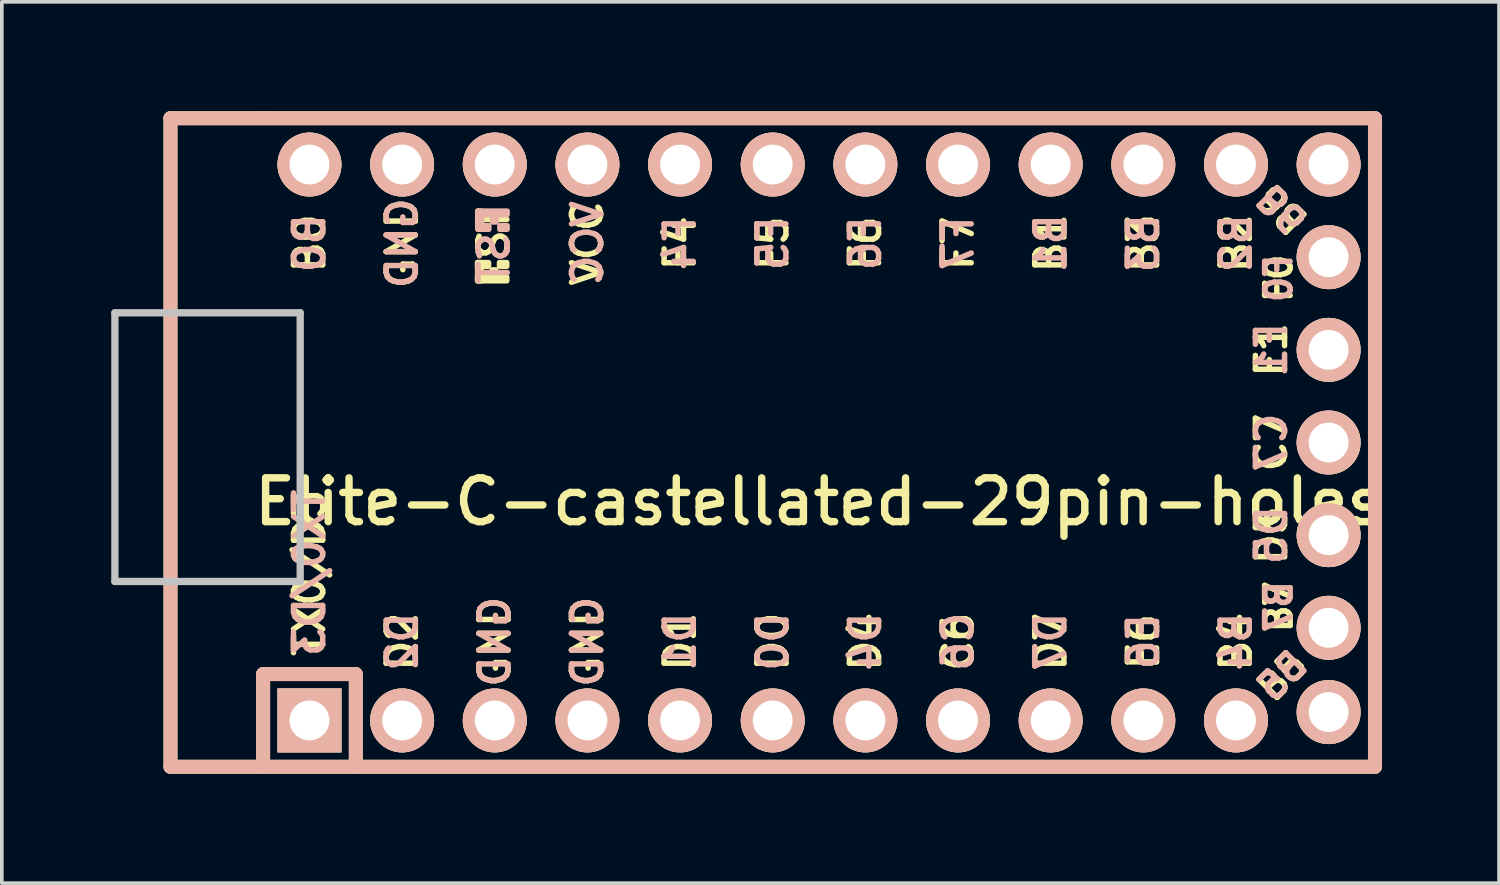
<source format=kicad_pcb>
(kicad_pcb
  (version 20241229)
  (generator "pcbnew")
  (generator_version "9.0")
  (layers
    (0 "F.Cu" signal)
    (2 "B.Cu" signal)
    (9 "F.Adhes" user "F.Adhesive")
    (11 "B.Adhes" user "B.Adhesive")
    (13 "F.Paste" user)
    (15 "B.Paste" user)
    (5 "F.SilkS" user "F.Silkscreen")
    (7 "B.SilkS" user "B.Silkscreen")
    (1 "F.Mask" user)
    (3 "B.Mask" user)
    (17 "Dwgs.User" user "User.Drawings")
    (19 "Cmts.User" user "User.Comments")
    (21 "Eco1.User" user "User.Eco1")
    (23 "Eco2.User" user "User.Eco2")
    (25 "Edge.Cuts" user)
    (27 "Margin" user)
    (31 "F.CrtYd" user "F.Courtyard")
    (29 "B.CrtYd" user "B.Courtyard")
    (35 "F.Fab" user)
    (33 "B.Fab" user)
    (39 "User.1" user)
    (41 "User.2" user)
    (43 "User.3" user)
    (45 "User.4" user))
  (footprint "Elite-C-castellated-29pin-holes"
    (layer "F.Cu")
    (at 19.404 9.081)
    (property "Reference" "Elite-C-castellated-29pin-holes" (at 0 1.625 0) (layer "F.SilkS") (effects (font (size 1.2 1.2) (thickness 0.203))))
    (attr through_hole)
    (fp_line (start -17.78 -8.89) (end -17.78 8.89) (stroke (width 0.381) (type solid)) (layer "F.SilkS"))
    (fp_line (start -17.78 8.89) (end -15.24 8.89) (stroke (width 0.381) (type solid)) (layer "F.SilkS"))
    (fp_line (start -15.24 -8.89) (end -17.78 -8.89) (stroke (width 0.381) (type solid)) (layer "F.SilkS"))
    (fp_line (start -15.24 6.35) (end -15.24 8.89) (stroke (width 0.381) (type solid)) (layer "F.SilkS"))
    (fp_line (start -15.24 6.35) (end -12.7 6.35) (stroke (width 0.381) (type solid)) (layer "F.SilkS"))
    (fp_line (start -15.24 8.89) (end 15.24 8.89) (stroke (width 0.381) (type solid)) (layer "F.SilkS"))
    (fp_line (start -12.7 6.35) (end -12.7 8.89) (stroke (width 0.381) (type solid)) (layer "F.SilkS"))
    (fp_line (start 15.24 -8.89) (end -15.24 -8.89) (stroke (width 0.381) (type solid)) (layer "F.SilkS"))
    (fp_line (start 15.24 8.89) (end 15.24 -8.89) (stroke (width 0.381) (type solid)) (layer "F.SilkS"))
    (fp_poly (pts (xy -9.361 -4.932) (xy -9.261 -4.932) (xy -9.261 -4.432) (xy -9.361 -4.432)) (stroke (width 0.15) (type solid)) (fill yes) (layer "F.SilkS"))
    (fp_poly (pts (xy -9.361 -4.932) (xy -9.061 -4.932) (xy -9.061 -4.832) (xy -9.361 -4.832)) (stroke (width 0.15) (type solid)) (fill yes) (layer "F.SilkS"))
    (fp_poly (pts (xy -9.361 -4.532) (xy -8.561 -4.532) (xy -8.561 -4.432) (xy -9.361 -4.432)) (stroke (width 0.15) (type solid)) (fill yes) (layer "F.SilkS"))
    (fp_poly (pts (xy -8.961 -4.732) (xy -8.861 -4.732) (xy -8.861 -4.632) (xy -8.961 -4.632)) (stroke (width 0.15) (type solid)) (fill yes) (layer "F.SilkS"))
    (fp_poly (pts (xy -8.761 -4.932) (xy -8.561 -4.932) (xy -8.561 -4.832) (xy -8.761 -4.832)) (stroke (width 0.15) (type solid)) (fill yes) (layer "F.SilkS"))
    (fp_line (start -17.78 -8.89) (end -17.78 8.89) (stroke (width 0.381) (type solid)) (layer "B.SilkS"))
    (fp_line (start -17.78 8.89) (end 15.24 8.89) (stroke (width 0.381) (type solid)) (layer "B.SilkS"))
    (fp_line (start -15.24 6.35) (end -15.24 8.89) (stroke (width 0.381) (type solid)) (layer "B.SilkS"))
    (fp_line (start -15.24 6.35) (end -12.7 6.35) (stroke (width 0.381) (type solid)) (layer "B.SilkS"))
    (fp_line (start -12.7 6.35) (end -12.7 8.89) (stroke (width 0.381) (type solid)) (layer "B.SilkS"))
    (fp_line (start 15.24 -8.89) (end -17.78 -8.89) (stroke (width 0.381) (type solid)) (layer "B.SilkS"))
    (fp_line (start 15.24 8.89) (end 15.24 -8.89) (stroke (width 0.381) (type solid)) (layer "B.SilkS"))
    (fp_poly (pts (xy -9.351 -6.245) (xy -8.551 -6.245) (xy -8.551 -6.345) (xy -9.351 -6.345)) (stroke (width 0.15) (type solid)) (fill yes) (layer "B.SilkS"))
    (fp_poly (pts (xy -9.351 -5.845) (xy -9.251 -5.845) (xy -9.251 -6.345) (xy -9.351 -6.345)) (stroke (width 0.15) (type solid)) (fill yes) (layer "B.SilkS"))
    (fp_poly (pts (xy -9.351 -5.845) (xy -9.051 -5.845) (xy -9.051 -5.945) (xy -9.351 -5.945)) (stroke (width 0.15) (type solid)) (fill yes) (layer "B.SilkS"))
    (fp_poly (pts (xy -8.951 -6.045) (xy -8.851 -6.045) (xy -8.851 -6.145) (xy -8.951 -6.145)) (stroke (width 0.15) (type solid)) (fill yes) (layer "B.SilkS"))
    (fp_poly (pts (xy -8.751 -5.845) (xy -8.551 -5.845) (xy -8.551 -5.945) (xy -8.751 -5.945)) (stroke (width 0.15) (type solid)) (fill yes) (layer "B.SilkS"))
    (fp_line (start -19.304 -3.556) (end -14.224 -3.556) (stroke (width 0.2) (type solid)) (layer "Dwgs.User"))
    (fp_line (start -19.304 3.81) (end -19.304 -3.556) (stroke (width 0.2) (type solid)) (layer "Dwgs.User"))
    (fp_line (start -14.224 -3.556) (end -14.224 3.81) (stroke (width 0.2) (type solid)) (layer "Dwgs.User"))
    (fp_line (start -14.224 3.81) (end -19.304 3.81) (stroke (width 0.2) (type solid)) (layer "Dwgs.User"))
    (fp_text user "D4" (at 1.27 5.461 90) (layer "F.SilkS") (effects (font (size 0.8 0.8) (thickness 0.15))))
    (fp_text user "F5" (at -1.27 -5.461 90) (layer "F.SilkS") (effects (font (size 0.8 0.8) (thickness 0.15))))
    (fp_text user "GND" (at -8.89 5.461 90) (layer "F.SilkS") (effects (font (size 0.8 0.8) (thickness 0.15))))
    (fp_text user "C7" (at 12.4 0 90) (layer "F.SilkS") (effects (font (size 0.8 0.8) (thickness 0.15))))
    (fp_text user "F0" (at 12.6 -4.5 90) (layer "F.SilkS") (effects (font (size 0.7 0.7) (thickness 0.15))))
    (fp_text user "B5" (at 12.7 6.4 45) (layer "F.SilkS") (effects (font (size 0.7 0.7) (thickness 0.15))))
    (fp_text user "D0" (at -1.27 5.461 90) (layer "F.SilkS") (effects (font (size 0.8 0.8) (thickness 0.15))))
    (fp_text user "F6" (at 1.27 -5.461 90) (layer "F.SilkS") (effects (font (size 0.8 0.8) (thickness 0.15))))
    (fp_text user "GND" (at -11.43 -5.461 90) (layer "F.SilkS") (effects (font (size 0.8 0.8) (thickness 0.15))))
    (fp_text user "B0" (at -13.97 -5.461 90) (layer "F.SilkS") (effects (font (size 0.8 0.8) (thickness 0.15))))
    (fp_text user "E6" (at 8.89 5.461 90) (layer "F.SilkS") (effects (font (size 0.8 0.8) (thickness 0.15))))
    (fp_text user "F4" (at -3.81 -5.461 90) (layer "F.SilkS") (effects (font (size 0.8 0.8) (thickness 0.15))))
    (fp_text user "VCC" (at -6.35 -5.461 90) (layer "F.SilkS") (effects (font (size 0.8 0.8) (thickness 0.15))))
    (fp_text user "TX0/D3" (at -13.97 3.572 90) (layer "F.SilkS") (effects (font (size 0.8 0.8) (thickness 0.15))))
    (fp_text user "D2" (at -11.43 5.461 90) (layer "F.SilkS") (effects (font (size 0.8 0.8) (thickness 0.15))))
    (fp_text user "B7" (at 12.6 4.5 90) (layer "F.SilkS") (effects (font (size 0.7 0.7) (thickness 0.15))))
    (fp_text user "B3" (at 8.89 -5.461 90) (layer "F.SilkS") (effects (font (size 0.8 0.8) (thickness 0.15))))
    (fp_text user "B1" (at 6.35 -5.461 90) (layer "F.SilkS") (effects (font (size 0.8 0.8) (thickness 0.15))))
    (fp_text user "GND" (at -6.35 5.461 90) (layer "F.SilkS") (effects (font (size 0.8 0.8) (thickness 0.15))))
    (fp_text user "C6" (at 3.81 5.461 90) (layer "F.SilkS") (effects (font (size 0.8 0.8) (thickness 0.15))))
    (fp_text user "D1" (at -3.81 5.461 90) (layer "F.SilkS") (effects (font (size 0.8 0.8) (thickness 0.15))))
    (fp_text user "F7" (at 3.81 -5.461 90) (layer "F.SilkS") (effects (font (size 0.8 0.8) (thickness 0.15))))
    (fp_text user "B2" (at 11.43 -5.461 90) (layer "F.SilkS") (effects (font (size 0.8 0.8) (thickness 0.15))))
    (fp_text user "B6" (at 12.7 -6.4 135) (unlocked yes) (layer "F.SilkS") (effects (font (size 0.7 0.7) (thickness 0.15))))
    (fp_text user "B4" (at 11.43 5.461 90) (layer "F.SilkS") (effects (font (size 0.8 0.8) (thickness 0.15))))
    (fp_text user "F1" (at 12.4 -2.54 90) (layer "F.SilkS") (effects (font (size 0.8 0.8) (thickness 0.15))))
    (fp_text user "D7" (at 6.35 5.461 90) (layer "F.SilkS") (effects (font (size 0.8 0.8) (thickness 0.15))))
    (fp_text user "ST" (at -8.92 -5.733 90) (layer "F.SilkS") (effects (font (size 0.8 0.8) (thickness 0.15))))
    (fp_text user "D5" (at 12.4 2.54 90) (layer "F.SilkS") (effects (font (size 0.8 0.8) (thickness 0.15))))
    (fp_text user "F4" (at -3.81 -5.461 90) (layer "B.SilkS") (effects (font (size 0.8 0.8) (thickness 0.15)) (justify mirror)))
    (fp_text user "GND" (at -8.89 5.461 90) (layer "B.SilkS") (effects (font (size 0.8 0.8) (thickness 0.15)) (justify mirror)))
    (fp_text user "D2" (at -11.43 5.461 90) (layer "B.SilkS") (effects (font (size 0.8 0.8) (thickness 0.15)) (justify mirror)))
    (fp_text user "F6" (at 1.27 -5.461 90) (layer "B.SilkS") (effects (font (size 0.8 0.8) (thickness 0.15)) (justify mirror)))
    (fp_text user "B6" (at 12.7 -6.4 135) (unlocked yes) (layer "B.SilkS") (effects (font (size 0.7 0.7) (thickness 0.15)) (justify mirror)))
    (fp_text user "F0" (at 12.6 -4.5 90) (layer "B.SilkS") (effects (font (size 0.7 0.7) (thickness 0.15)) (justify mirror)))
    (fp_text user "GND" (at -6.35 5.461 90) (layer "B.SilkS") (effects (font (size 0.8 0.8) (thickness 0.15)) (justify mirror)))
    (fp_text user "GND" (at -11.43 -5.461 90) (layer "B.SilkS") (effects (font (size 0.8 0.8) (thickness 0.15)) (justify mirror)))
    (fp_text user "C6" (at 3.81 5.461 90) (layer "B.SilkS") (effects (font (size 0.8 0.8) (thickness 0.15)) (justify mirror)))
    (fp_text user "D4" (at 1.27 5.461 90) (layer "B.SilkS") (effects (font (size 0.8 0.8) (thickness 0.15)) (justify mirror)))
    (fp_text user "F1" (at 12.4 -2.54 90) (layer "B.SilkS") (effects (font (size 0.8 0.8) (thickness 0.15)) (justify mirror)))
    (fp_text user "B4" (at 11.43 5.461 90) (layer "B.SilkS") (effects (font (size 0.8 0.8) (thickness 0.15)) (justify mirror)))
    (fp_text user "TX0/D3" (at -13.97 3.572 90) (layer "B.SilkS") (effects (font (size 0.8 0.8) (thickness 0.15)) (justify mirror)))
    (fp_text user "E6" (at 8.89 5.461 90) (layer "B.SilkS") (effects (font (size 0.8 0.8) (thickness 0.15)) (justify mirror)))
    (fp_text user "VCC" (at -6.35 -5.461 90) (layer "B.SilkS") (effects (font (size 0.8 0.8) (thickness 0.15)) (justify mirror)))
    (fp_text user "B0" (at -13.97 -5.461 90) (layer "B.SilkS") (effects (font (size 0.8 0.8) (thickness 0.15)) (justify mirror)))
    (fp_text user "B1" (at 6.35 -5.461 90) (layer "B.SilkS") (effects (font (size 0.8 0.8) (thickness 0.15)) (justify mirror)))
    (fp_text user "B7" (at 12.6 4.5 90) (layer "B.SilkS") (effects (font (size 0.7 0.7) (thickness 0.15)) (justify mirror)))
    (fp_text user "F7" (at 3.81 -5.461 90) (layer "B.SilkS") (effects (font (size 0.8 0.8) (thickness 0.15)) (justify mirror)))
    (fp_text user "B2" (at 11.43 -5.461 90) (layer "B.SilkS") (effects (font (size 0.8 0.8) (thickness 0.15)) (justify mirror)))
    (fp_text user "D5" (at 12.4 2.54 90) (layer "B.SilkS") (effects (font (size 0.8 0.8) (thickness 0.15)) (justify mirror)))
    (fp_text user "D0" (at -1.27 5.461 90) (layer "B.SilkS") (effects (font (size 0.8 0.8) (thickness 0.15)) (justify mirror)))
    (fp_text user "C7" (at 12.4 0 90) (layer "B.SilkS") (effects (font (size 0.8 0.8) (thickness 0.15)) (justify mirror)))
    (fp_text user "D1" (at -3.81 5.461 90) (layer "B.SilkS") (effects (font (size 0.8 0.8) (thickness 0.15)) (justify mirror)))
    (fp_text user "ST" (at -8.91 -5.04 90) (layer "B.SilkS") (effects (font (size 0.8 0.8) (thickness 0.15)) (justify mirror)))
    (fp_text user "F5" (at -1.27 -5.461 90) (layer "B.SilkS") (effects (font (size 0.8 0.8) (thickness 0.15)) (justify mirror)))
    (fp_text user "D7" (at 6.35 5.461 90) (layer "B.SilkS") (effects (font (size 0.8 0.8) (thickness 0.15)) (justify mirror)))
    (fp_text user "B5" (at 12.7 6.4 45) (layer "B.SilkS") (effects (font (size 0.7 0.7) (thickness 0.15)) (justify mirror)))
    (fp_text user "B3" (at 8.89 -5.461 90) (layer "B.SilkS") (effects (font (size 0.8 0.8) (thickness 0.15)) (justify mirror)))
    (pad "1" thru_hole rect (at -13.97 7.62) (size 1.753 1.753) (drill 1.092) (layers "*.Cu" "*.SilkS" "*.Mask"))
    (pad "2" thru_hole circle (at -11.43 7.62) (size 1.753 1.753) (drill 1.092) (layers "*.Cu" "*.SilkS" "*.Mask"))
    (pad "3" thru_hole circle (at -8.89 7.62) (size 1.753 1.753) (drill 1.092) (layers "*.Cu" "*.SilkS" "*.Mask"))
    (pad "4" thru_hole circle (at -6.35 7.62) (size 1.753 1.753) (drill 1.092) (layers "*.Cu" "*.SilkS" "*.Mask"))
    (pad "5" thru_hole circle (at -3.81 7.62) (size 1.753 1.753) (drill 1.092) (layers "*.Cu" "*.SilkS" "*.Mask"))
    (pad "6" thru_hole circle (at -1.27 7.62) (size 1.753 1.753) (drill 1.092) (layers "*.Cu" "*.SilkS" "*.Mask"))
    (pad "7" thru_hole circle (at 1.27 7.62) (size 1.753 1.753) (drill 1.092) (layers "*.Cu" "*.SilkS" "*.Mask"))
    (pad "8" thru_hole circle (at 3.81 7.62) (size 1.753 1.753) (drill 1.092) (layers "*.Cu" "*.SilkS" "*.Mask"))
    (pad "9" thru_hole circle (at 6.35 7.62) (size 1.753 1.753) (drill 1.092) (layers "*.Cu" "*.SilkS" "*.Mask"))
    (pad "10" thru_hole circle (at 8.89 7.62) (size 1.753 1.753) (drill 1.092) (layers "*.Cu" "*.SilkS" "*.Mask"))
    (pad "11" thru_hole circle (at 11.43 7.62) (size 1.753 1.753) (drill 1.092) (layers "*.Cu" "*.SilkS" "*.Mask"))
    (pad "12" thru_hole circle (at 13.97 7.391) (size 1.753 1.753) (drill 1.092) (layers "*.Cu" "*.SilkS" "*.Mask"))
    (pad "13" thru_hole circle (at 13.97 -7.62) (size 1.753 1.753) (drill 1.092) (layers "*.Cu" "*.SilkS" "*.Mask"))
    (pad "14" thru_hole circle (at 11.43 -7.62) (size 1.753 1.753) (drill 1.092) (layers "*.Cu" "*.SilkS" "*.Mask"))
    (pad "15" thru_hole circle (at 8.89 -7.62) (size 1.753 1.753) (drill 1.092) (layers "*.Cu" "*.SilkS" "*.Mask"))
    (pad "16" thru_hole circle (at 6.35 -7.62) (size 1.753 1.753) (drill 1.092) (layers "*.Cu" "*.SilkS" "*.Mask"))
    (pad "17" thru_hole circle (at 3.81 -7.62) (size 1.753 1.753) (drill 1.092) (layers "*.Cu" "*.SilkS" "*.Mask"))
    (pad "18" thru_hole circle (at 1.27 -7.62) (size 1.753 1.753) (drill 1.092) (layers "*.Cu" "*.SilkS" "*.Mask"))
    (pad "19" thru_hole circle (at -1.27 -7.62) (size 1.753 1.753) (drill 1.092) (layers "*.Cu" "*.SilkS" "*.Mask"))
    (pad "20" thru_hole circle (at -3.81 -7.62) (size 1.753 1.753) (drill 1.092) (layers "*.Cu" "*.SilkS" "*.Mask"))
    (pad "21" thru_hole circle (at -6.35 -7.62) (size 1.753 1.753) (drill 1.092) (layers "*.Cu" "*.SilkS" "*.Mask"))
    (pad "22" thru_hole circle (at -8.89 -7.62) (size 1.753 1.753) (drill 1.092) (layers "*.Cu" "*.SilkS" "*.Mask"))
    (pad "23" thru_hole circle (at -11.43 -7.62) (size 1.753 1.753) (drill 1.092) (layers "*.Cu" "*.SilkS" "*.Mask"))
    (pad "24" thru_hole circle (at -13.97 -7.62) (size 1.753 1.753) (drill 1.092) (layers "*.Cu" "*.SilkS" "*.Mask"))
    (pad "25" thru_hole circle (at 13.97 5.08) (size 1.753 1.753) (drill 1.092) (layers "*.Cu" "*.SilkS" "*.Mask"))
    (pad "26" thru_hole circle (at 13.97 2.54) (size 1.753 1.753) (drill 1.092) (layers "*.Cu" "*.SilkS" "*.Mask"))
    (pad "27" thru_hole circle (at 13.97 0) (size 1.753 1.753) (drill 1.092) (layers "*.Cu" "*.SilkS" "*.Mask"))
    (pad "28" thru_hole circle (at 13.97 -2.54) (size 1.753 1.753) (drill 1.092) (layers "*.Cu" "*.SilkS" "*.Mask"))
    (pad "29" thru_hole circle (at 13.97 -5.08) (size 1.753 1.753) (drill 1.092) (layers "*.Cu" "*.SilkS" "*.Mask")))
  (gr_rect
    (start -3 -3)
    (end 38.046 21.161)
    (stroke (width 0.1) (type default))
    (fill no)
    (layer "Edge.Cuts")))
</source>
